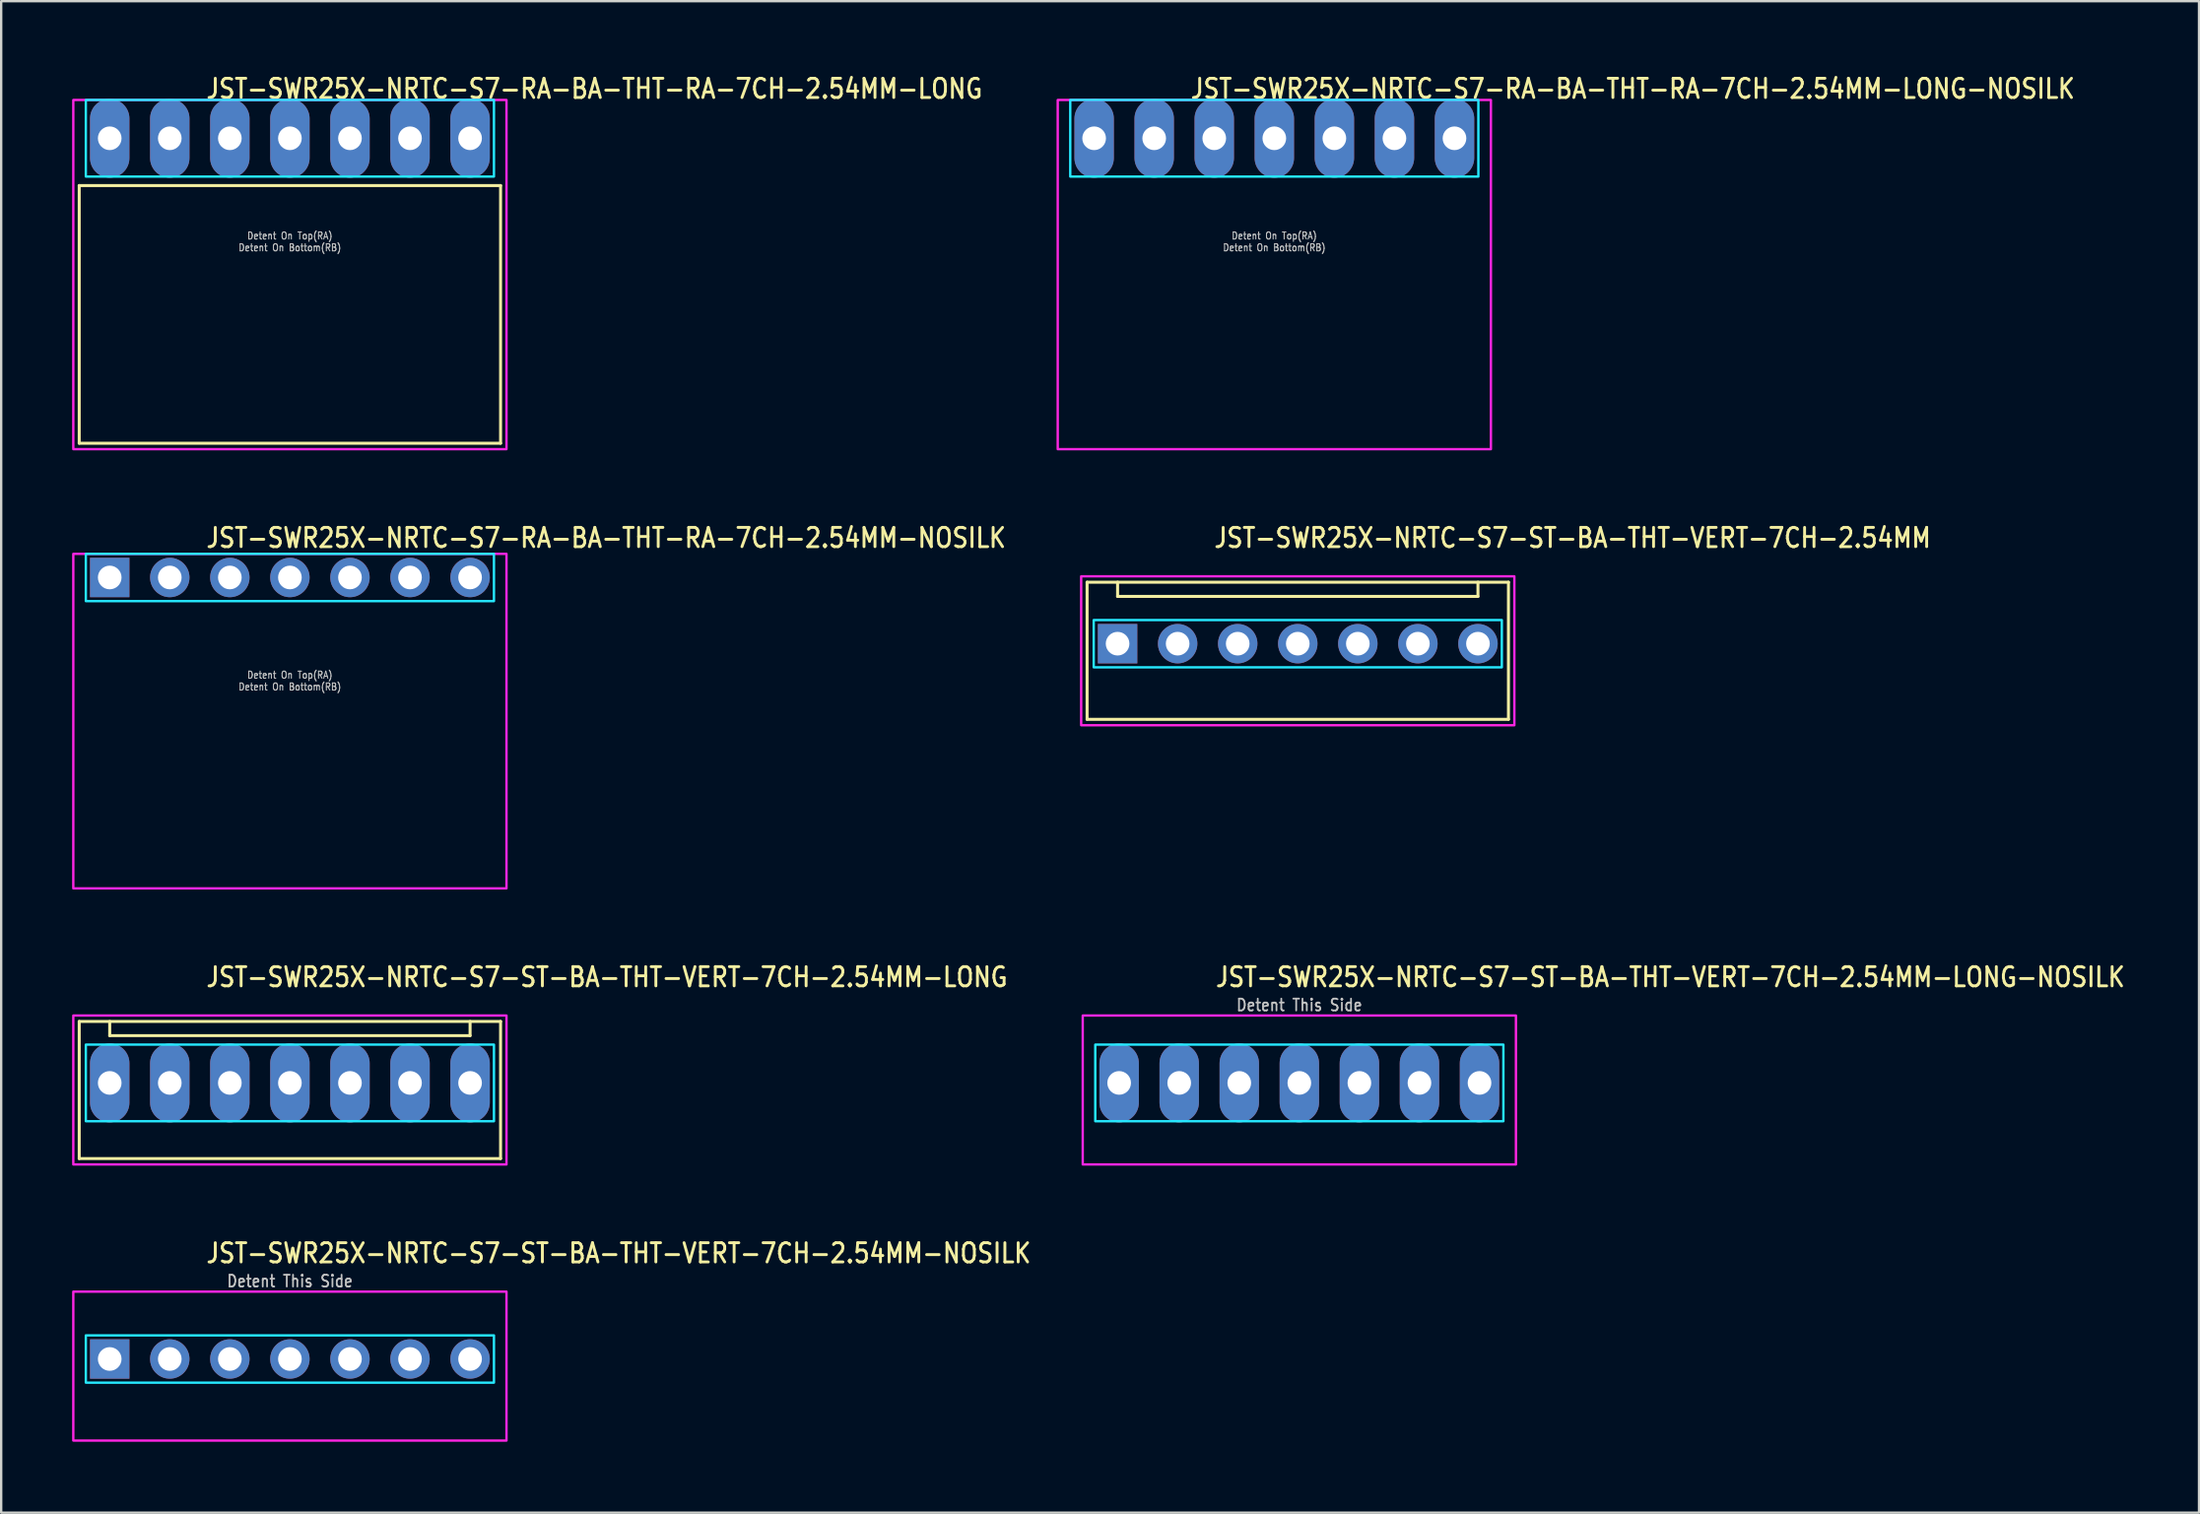
<source format=kicad_pcb>
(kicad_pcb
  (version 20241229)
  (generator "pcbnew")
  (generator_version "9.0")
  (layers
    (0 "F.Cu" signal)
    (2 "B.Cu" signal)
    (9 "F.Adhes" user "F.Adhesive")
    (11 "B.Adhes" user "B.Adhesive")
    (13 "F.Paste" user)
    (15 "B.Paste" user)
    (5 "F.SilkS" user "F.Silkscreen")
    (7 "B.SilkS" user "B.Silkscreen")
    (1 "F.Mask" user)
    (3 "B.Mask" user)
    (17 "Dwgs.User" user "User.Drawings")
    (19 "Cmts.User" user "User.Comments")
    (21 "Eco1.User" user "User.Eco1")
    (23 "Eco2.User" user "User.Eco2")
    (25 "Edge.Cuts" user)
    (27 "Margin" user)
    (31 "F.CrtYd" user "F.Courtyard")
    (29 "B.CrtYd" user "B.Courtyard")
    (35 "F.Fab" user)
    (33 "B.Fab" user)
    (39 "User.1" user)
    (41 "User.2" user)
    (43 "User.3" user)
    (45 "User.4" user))
  (footprint "JST-SWR25X-NRTC-S7-RA-BA-THT-RA-7CH-2.54MM-NOSILK"
    (layer "F.Cu")
    (at 9.21 21.377)
    (property "Reference" "JST-SWR25X-NRTC-S7-RA-BA-THT-RA-7CH-2.54MM-NOSILK" (at -3.6 -1.2 0) (unlocked yes) (layer "F.SilkS") (effects (font (size 0.813 0.695) (thickness 0.122)) (justify left bottom)))
    (fp_poly (pts (xy -8.63 -1) (xy -8.63 1) (xy 8.63 1) (xy 8.63 -1)) (stroke (width 0.1) (type solid)) (fill no) (layer "B.CrtYd"))
    (fp_poly (pts (xy -9.16 -1) (xy -9.16 13.15) (xy 9.16 13.15) (xy 9.16 -1)) (stroke (width 0.1) (type solid)) (fill no) (layer "F.CrtYd"))
    (fp_text user "Detent On Bottom(RB)" (at 0 4.8 0) (unlocked yes) (layer "Dwgs.User") (effects (font (size 0.3 0.257) (thickness 0.045)) (justify bottom)))
    (fp_text user "Detent On Top(RA)" (at 0 4.3 0) (unlocked yes) (layer "Dwgs.User") (effects (font (size 0.3 0.257) (thickness 0.045)) (justify bottom)))
    (pad "1" thru_hole rect (at -7.62 0) (size 1.667 1.667) (drill 1) (layers "*.Cu" "*.Mask"))
    (pad "2" thru_hole oval (at -5.08 0) (size 1.667 1.667) (drill 1) (layers "*.Cu" "*.Mask"))
    (pad "3" thru_hole oval (at -2.54 0) (size 1.667 1.667) (drill 1) (layers "*.Cu" "*.Mask"))
    (pad "4" thru_hole oval (at 0 0) (size 1.667 1.667) (drill 1) (layers "*.Cu" "*.Mask"))
    (pad "5" thru_hole oval (at 2.54 0) (size 1.667 1.667) (drill 1) (layers "*.Cu" "*.Mask"))
    (pad "6" thru_hole oval (at 5.08 0) (size 1.667 1.667) (drill 1) (layers "*.Cu" "*.Mask"))
    (pad "7" thru_hole oval (at 7.62 0) (size 1.667 1.667) (drill 1) (layers "*.Cu" "*.Mask")))
  (footprint "JST-SWR25X-NRTC-S7-ST-BA-THT-VERT-7CH-2.54MM-LONG-NOSILK"
    (layer "F.Cu")
    (at 51.9 42.756)
    (property "Reference" "JST-SWR25X-NRTC-S7-ST-BA-THT-VERT-7CH-2.54MM-LONG-NOSILK" (at -3.6 -4 0) (unlocked yes) (layer "F.SilkS") (effects (font (size 0.813 0.695) (thickness 0.122)) (justify left bottom)))
    (fp_poly (pts (xy -8.63 -1.62) (xy -8.63 1.62) (xy 8.63 1.62) (xy 8.63 -1.62)) (stroke (width 0.1) (type solid)) (fill no) (layer "B.CrtYd"))
    (fp_poly (pts (xy -9.16 -2.85) (xy -9.16 3.45) (xy 9.16 3.45) (xy 9.16 -2.85)) (stroke (width 0.1) (type solid)) (fill no) (layer "F.CrtYd"))
    (fp_text user "Detent This Side" (at 0 -3 0) (unlocked yes) (layer "Dwgs.User") (effects (font (size 0.5 0.427) (thickness 0.075)) (justify bottom)))
    (pad "1" thru_hole oval (at -7.62 0 90) (size 3.333 1.667) (drill 1) (layers "*.Cu" "*.Mask"))
    (pad "2" thru_hole oval (at -5.08 0 90) (size 3.333 1.667) (drill 1) (layers "*.Cu" "*.Mask"))
    (pad "3" thru_hole oval (at -2.54 0 90) (size 3.333 1.667) (drill 1) (layers "*.Cu" "*.Mask"))
    (pad "4" thru_hole oval (at 0 0 90) (size 3.333 1.667) (drill 1) (layers "*.Cu" "*.Mask"))
    (pad "5" thru_hole oval (at 2.54 0 90) (size 3.333 1.667) (drill 1) (layers "*.Cu" "*.Mask"))
    (pad "6" thru_hole oval (at 5.08 0 90) (size 3.333 1.667) (drill 1) (layers "*.Cu" "*.Mask"))
    (pad "7" thru_hole oval (at 7.62 0 90) (size 3.333 1.667) (drill 1) (layers "*.Cu" "*.Mask")))
  (footprint "JST-SWR25X-NRTC-S7-RA-BA-THT-RA-7CH-2.54MM-LONG"
    (layer "F.Cu")
    (at 9.21 2.799)
    (property "Reference" "JST-SWR25X-NRTC-S7-RA-BA-THT-RA-7CH-2.54MM-LONG" (at -3.6 -1.62 0) (unlocked yes) (layer "F.SilkS") (effects (font (size 0.813 0.695) (thickness 0.122)) (justify left bottom)))
    (fp_line (start -8.91 2) (end 8.91 2) (stroke (width 0.127) (type solid)) (layer "F.SilkS"))
    (fp_line (start -8.91 12.9) (end -8.91 2) (stroke (width 0.127) (type solid)) (layer "F.SilkS"))
    (fp_line (start -8.91 12.9) (end 8.91 12.9) (stroke (width 0.127) (type solid)) (layer "F.SilkS"))
    (fp_line (start 8.91 2) (end 8.91 12.9) (stroke (width 0.127) (type solid)) (layer "F.SilkS"))
    (fp_poly (pts (xy -8.63 -1.62) (xy -8.63 1.62) (xy 8.63 1.62) (xy 8.63 -1.62)) (stroke (width 0.1) (type solid)) (fill no) (layer "B.CrtYd"))
    (fp_poly (pts (xy -9.16 -1.62) (xy -9.16 13.15) (xy 9.16 13.15) (xy 9.16 -1.62)) (stroke (width 0.1) (type solid)) (fill no) (layer "F.CrtYd"))
    (fp_text user "Detent On Top(RA)" (at 0 4.3 0) (unlocked yes) (layer "Dwgs.User") (effects (font (size 0.3 0.257) (thickness 0.045)) (justify bottom)))
    (fp_text user "Detent On Bottom(RB)" (at 0 4.8 0) (unlocked yes) (layer "Dwgs.User") (effects (font (size 0.3 0.257) (thickness 0.045)) (justify bottom)))
    (pad "1" thru_hole oval (at -7.62 0 90) (size 3.333 1.667) (drill 1) (layers "*.Cu" "*.Mask"))
    (pad "2" thru_hole oval (at -5.08 0 90) (size 3.333 1.667) (drill 1) (layers "*.Cu" "*.Mask"))
    (pad "3" thru_hole oval (at -2.54 0 90) (size 3.333 1.667) (drill 1) (layers "*.Cu" "*.Mask"))
    (pad "4" thru_hole oval (at 0 0 90) (size 3.333 1.667) (drill 1) (layers "*.Cu" "*.Mask"))
    (pad "5" thru_hole oval (at 2.54 0 90) (size 3.333 1.667) (drill 1) (layers "*.Cu" "*.Mask"))
    (pad "6" thru_hole oval (at 5.08 0 90) (size 3.333 1.667) (drill 1) (layers "*.Cu" "*.Mask"))
    (pad "7" thru_hole oval (at 7.62 0 90) (size 3.333 1.667) (drill 1) (layers "*.Cu" "*.Mask")))
  (footprint "JST-SWR25X-NRTC-S7-ST-BA-THT-VERT-7CH-2.54MM"
    (layer "F.Cu")
    (at 51.834 24.177)
    (property "Reference" "JST-SWR25X-NRTC-S7-ST-BA-THT-VERT-7CH-2.54MM" (at -3.6 -4 0) (unlocked yes) (layer "F.SilkS") (effects (font (size 0.813 0.695) (thickness 0.122)) (justify left bottom)))
    (fp_line (start -8.91 -2.6) (end 8.91 -2.6) (stroke (width 0.127) (type solid)) (layer "F.SilkS"))
    (fp_line (start -8.91 3.2) (end -8.91 -2.6) (stroke (width 0.127) (type solid)) (layer "F.SilkS"))
    (fp_line (start -8.91 3.2) (end 8.91 3.2) (stroke (width 0.127) (type solid)) (layer "F.SilkS"))
    (fp_line (start -7.62 -2.6) (end -7.62 -2) (stroke (width 0.127) (type solid)) (layer "F.SilkS"))
    (fp_line (start -7.62 -2) (end 7.62 -2) (stroke (width 0.127) (type solid)) (layer "F.SilkS"))
    (fp_line (start 7.62 -2.6) (end 7.62 -2) (stroke (width 0.127) (type solid)) (layer "F.SilkS"))
    (fp_line (start 8.91 -2.6) (end 8.91 3.2) (stroke (width 0.127) (type solid)) (layer "F.SilkS"))
    (fp_poly (pts (xy -8.63 -1) (xy -8.63 1) (xy 8.63 1) (xy 8.63 -1)) (stroke (width 0.1) (type solid)) (fill no) (layer "B.CrtYd"))
    (fp_poly (pts (xy -9.16 -2.85) (xy -9.16 3.45) (xy 9.16 3.45) (xy 9.16 -2.85)) (stroke (width 0.1) (type solid)) (fill no) (layer "F.CrtYd"))
    (pad "1" thru_hole rect (at -7.62 0) (size 1.667 1.667) (drill 1) (layers "*.Cu" "*.Mask"))
    (pad "2" thru_hole oval (at -5.08 0) (size 1.667 1.667) (drill 1) (layers "*.Cu" "*.Mask"))
    (pad "3" thru_hole oval (at -2.54 0) (size 1.667 1.667) (drill 1) (layers "*.Cu" "*.Mask"))
    (pad "4" thru_hole oval (at 0 0) (size 1.667 1.667) (drill 1) (layers "*.Cu" "*.Mask"))
    (pad "5" thru_hole oval (at 2.54 0) (size 1.667 1.667) (drill 1) (layers "*.Cu" "*.Mask"))
    (pad "6" thru_hole oval (at 5.08 0) (size 1.667 1.667) (drill 1) (layers "*.Cu" "*.Mask"))
    (pad "7" thru_hole oval (at 7.62 0) (size 1.667 1.667) (drill 1) (layers "*.Cu" "*.Mask")))
  (footprint "JST-SWR25X-NRTC-S7-ST-BA-THT-VERT-7CH-2.54MM-LONG"
    (layer "F.Cu")
    (at 9.21 42.756)
    (property "Reference" "JST-SWR25X-NRTC-S7-ST-BA-THT-VERT-7CH-2.54MM-LONG" (at -3.6 -4 0) (unlocked yes) (layer "F.SilkS") (effects (font (size 0.813 0.695) (thickness 0.122)) (justify left bottom)))
    (fp_line (start -8.91 -2.6) (end 8.91 -2.6) (stroke (width 0.127) (type solid)) (layer "F.SilkS"))
    (fp_line (start -8.91 3.2) (end -8.91 -2.6) (stroke (width 0.127) (type solid)) (layer "F.SilkS"))
    (fp_line (start -8.91 3.2) (end 8.91 3.2) (stroke (width 0.127) (type solid)) (layer "F.SilkS"))
    (fp_line (start -7.62 -2.6) (end -7.62 -2) (stroke (width 0.127) (type solid)) (layer "F.SilkS"))
    (fp_line (start -7.62 -2) (end 7.62 -2) (stroke (width 0.127) (type solid)) (layer "F.SilkS"))
    (fp_line (start 7.62 -2.6) (end 7.62 -2) (stroke (width 0.127) (type solid)) (layer "F.SilkS"))
    (fp_line (start 8.91 -2.6) (end 8.91 3.2) (stroke (width 0.127) (type solid)) (layer "F.SilkS"))
    (fp_poly (pts (xy -8.63 -1.62) (xy -8.63 1.62) (xy 8.63 1.62) (xy 8.63 -1.62)) (stroke (width 0.1) (type solid)) (fill no) (layer "B.CrtYd"))
    (fp_poly (pts (xy -9.16 -2.85) (xy -9.16 3.45) (xy 9.16 3.45) (xy 9.16 -2.85)) (stroke (width 0.1) (type solid)) (fill no) (layer "F.CrtYd"))
    (pad "1" thru_hole oval (at -7.62 0 90) (size 3.333 1.667) (drill 1) (layers "*.Cu" "*.Mask"))
    (pad "2" thru_hole oval (at -5.08 0 90) (size 3.333 1.667) (drill 1) (layers "*.Cu" "*.Mask"))
    (pad "3" thru_hole oval (at -2.54 0 90) (size 3.333 1.667) (drill 1) (layers "*.Cu" "*.Mask"))
    (pad "4" thru_hole oval (at 0 0 90) (size 3.333 1.667) (drill 1) (layers "*.Cu" "*.Mask"))
    (pad "5" thru_hole oval (at 2.54 0 90) (size 3.333 1.667) (drill 1) (layers "*.Cu" "*.Mask"))
    (pad "6" thru_hole oval (at 5.08 0 90) (size 3.333 1.667) (drill 1) (layers "*.Cu" "*.Mask"))
    (pad "7" thru_hole oval (at 7.62 0 90) (size 3.333 1.667) (drill 1) (layers "*.Cu" "*.Mask")))
  (footprint "JST-SWR25X-NRTC-S7-RA-BA-THT-RA-7CH-2.54MM-LONG-NOSILK"
    (layer "F.Cu")
    (at 50.842 2.799)
    (property "Reference" "JST-SWR25X-NRTC-S7-RA-BA-THT-RA-7CH-2.54MM-LONG-NOSILK" (at -3.6 -1.62 0) (unlocked yes) (layer "F.SilkS") (effects (font (size 0.813 0.695) (thickness 0.122)) (justify left bottom)))
    (fp_poly (pts (xy -8.63 -1.62) (xy -8.63 1.62) (xy 8.63 1.62) (xy 8.63 -1.62)) (stroke (width 0.1) (type solid)) (fill no) (layer "B.CrtYd"))
    (fp_poly (pts (xy -9.16 -1.62) (xy -9.16 13.15) (xy 9.16 13.15) (xy 9.16 -1.62)) (stroke (width 0.1) (type solid)) (fill no) (layer "F.CrtYd"))
    (fp_text user "Detent On Top(RA)" (at 0 4.3 0) (unlocked yes) (layer "Dwgs.User") (effects (font (size 0.3 0.257) (thickness 0.045)) (justify bottom)))
    (fp_text user "Detent On Bottom(RB)" (at 0 4.8 0) (unlocked yes) (layer "Dwgs.User") (effects (font (size 0.3 0.257) (thickness 0.045)) (justify bottom)))
    (pad "1" thru_hole oval (at -7.62 0 90) (size 3.333 1.667) (drill 1) (layers "*.Cu" "*.Mask"))
    (pad "2" thru_hole oval (at -5.08 0 90) (size 3.333 1.667) (drill 1) (layers "*.Cu" "*.Mask"))
    (pad "3" thru_hole oval (at -2.54 0 90) (size 3.333 1.667) (drill 1) (layers "*.Cu" "*.Mask"))
    (pad "4" thru_hole oval (at 0 0 90) (size 3.333 1.667) (drill 1) (layers "*.Cu" "*.Mask"))
    (pad "5" thru_hole oval (at 2.54 0 90) (size 3.333 1.667) (drill 1) (layers "*.Cu" "*.Mask"))
    (pad "6" thru_hole oval (at 5.08 0 90) (size 3.333 1.667) (drill 1) (layers "*.Cu" "*.Mask"))
    (pad "7" thru_hole oval (at 7.62 0 90) (size 3.333 1.667) (drill 1) (layers "*.Cu" "*.Mask")))
  (footprint "JST-SWR25X-NRTC-S7-ST-BA-THT-VERT-7CH-2.54MM-NOSILK"
    (layer "F.Cu")
    (at 9.21 54.434)
    (property "Reference" "JST-SWR25X-NRTC-S7-ST-BA-THT-VERT-7CH-2.54MM-NOSILK" (at -3.6 -4 0) (unlocked yes) (layer "F.SilkS") (effects (font (size 0.813 0.695) (thickness 0.122)) (justify left bottom)))
    (fp_poly (pts (xy -8.63 -1) (xy -8.63 1) (xy 8.63 1) (xy 8.63 -1)) (stroke (width 0.1) (type solid)) (fill no) (layer "B.CrtYd"))
    (fp_poly (pts (xy -9.16 -2.85) (xy -9.16 3.45) (xy 9.16 3.45) (xy 9.16 -2.85)) (stroke (width 0.1) (type solid)) (fill no) (layer "F.CrtYd"))
    (fp_text user "Detent This Side" (at 0 -3 0) (unlocked yes) (layer "Dwgs.User") (effects (font (size 0.5 0.427) (thickness 0.075)) (justify bottom)))
    (pad "1" thru_hole rect (at -7.62 0) (size 1.667 1.667) (drill 1) (layers "*.Cu" "*.Mask"))
    (pad "2" thru_hole oval (at -5.08 0) (size 1.667 1.667) (drill 1) (layers "*.Cu" "*.Mask"))
    (pad "3" thru_hole oval (at -2.54 0) (size 1.667 1.667) (drill 1) (layers "*.Cu" "*.Mask"))
    (pad "4" thru_hole oval (at 0 0) (size 1.667 1.667) (drill 1) (layers "*.Cu" "*.Mask"))
    (pad "5" thru_hole oval (at 2.54 0) (size 1.667 1.667) (drill 1) (layers "*.Cu" "*.Mask"))
    (pad "6" thru_hole oval (at 5.08 0) (size 1.667 1.667) (drill 1) (layers "*.Cu" "*.Mask"))
    (pad "7" thru_hole oval (at 7.62 0) (size 1.667 1.667) (drill 1) (layers "*.Cu" "*.Mask")))
  (gr_rect
    (start -3 -3)
    (end 89.948 60.934)
    (stroke (width 0.1) (type default))
    (fill no)
    (layer "Edge.Cuts")))
</source>
